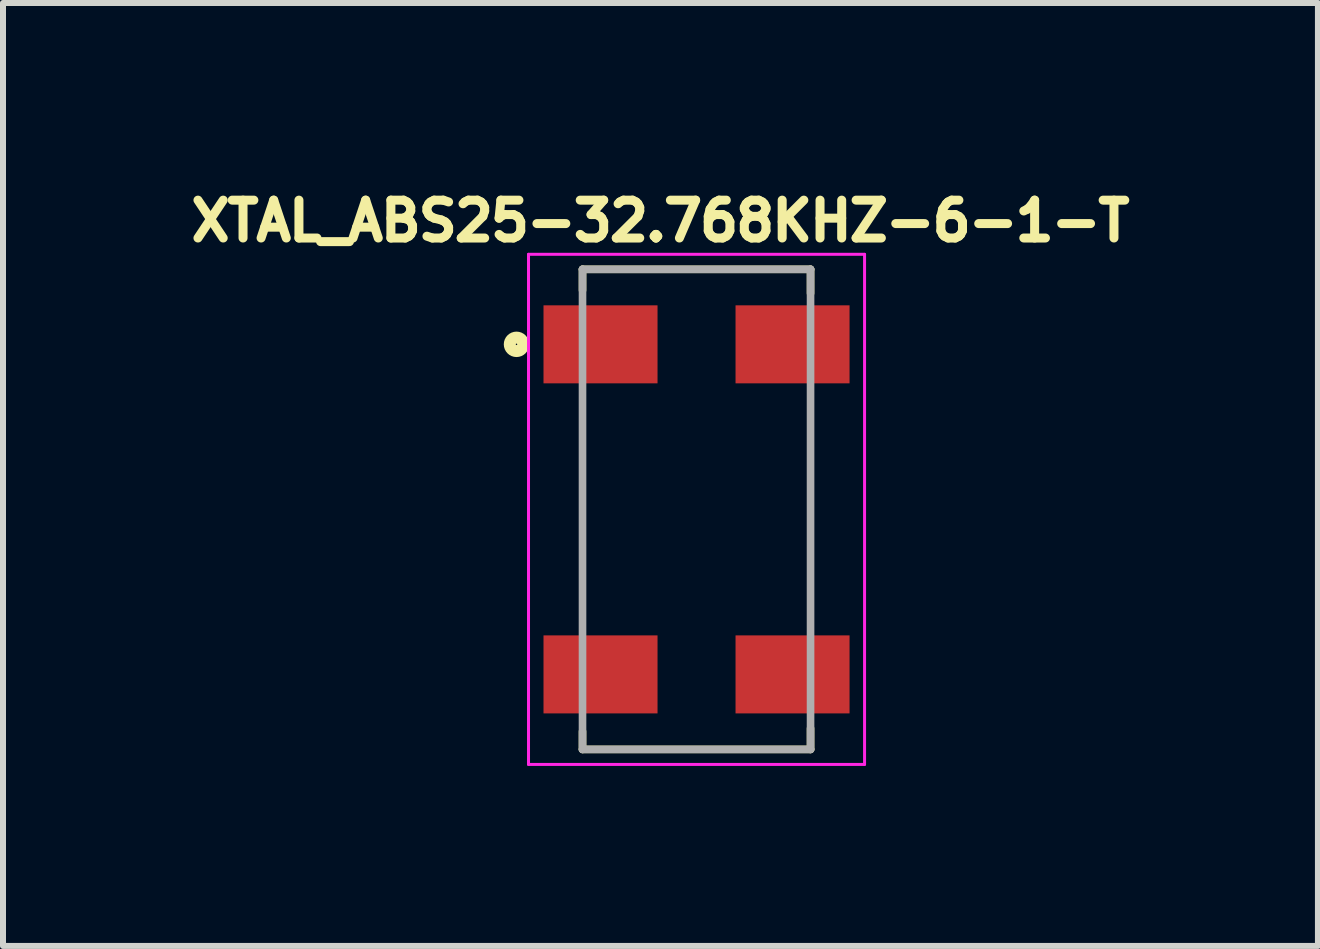
<source format=kicad_pcb>
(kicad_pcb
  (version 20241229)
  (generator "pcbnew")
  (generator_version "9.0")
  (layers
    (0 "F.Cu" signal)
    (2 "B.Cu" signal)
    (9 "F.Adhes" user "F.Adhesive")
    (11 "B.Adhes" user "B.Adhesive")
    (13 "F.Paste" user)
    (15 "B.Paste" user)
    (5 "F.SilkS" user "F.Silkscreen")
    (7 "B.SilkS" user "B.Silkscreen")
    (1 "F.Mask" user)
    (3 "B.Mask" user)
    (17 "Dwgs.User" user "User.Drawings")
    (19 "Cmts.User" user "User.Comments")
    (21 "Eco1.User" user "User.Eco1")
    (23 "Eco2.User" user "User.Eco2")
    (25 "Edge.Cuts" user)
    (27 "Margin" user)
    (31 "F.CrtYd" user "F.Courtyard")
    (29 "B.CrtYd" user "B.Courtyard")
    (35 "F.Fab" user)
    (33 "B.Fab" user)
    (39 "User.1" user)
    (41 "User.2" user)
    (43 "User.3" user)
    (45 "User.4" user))
  (footprint "XTAL_ABS25-32.768KHZ-6-1-T"
    (layer "F.Cu")
    (at 8.557 5.438)
    (property "Reference" "XTAL_ABS25-32.768KHZ-6-1-T" (at -0.601 -4.806 0) (layer "F.SilkS") (effects (font (size 0.631 0.631) (thickness 0.15))))
    (attr smd)
    (fp_line (start -1.9 -4) (end -1.9 -3.65) (stroke (width 0.127) (type solid)) (layer "F.SilkS"))
    (fp_line (start -1.9 4) (end -1.9 3.7) (stroke (width 0.127) (type solid)) (layer "F.SilkS"))
    (fp_line (start 1.9 -4) (end -1.9 -4) (stroke (width 0.127) (type solid)) (layer "F.SilkS"))
    (fp_line (start 1.9 -3.6) (end 1.9 -4) (stroke (width 0.127) (type solid)) (layer "F.SilkS"))
    (fp_line (start 1.9 3.65) (end 1.9 4) (stroke (width 0.127) (type solid)) (layer "F.SilkS"))
    (fp_line (start 1.9 4) (end -1.9 4) (stroke (width 0.127) (type solid)) (layer "F.SilkS"))
    (fp_circle (center -3 -2.75) (end -2.888 -2.75) (stroke (width 0.2) (type solid)) (fill no) (layer "F.SilkS"))
    (fp_line (start -2.8 -4.25) (end -2.8 4.25) (stroke (width 0.05) (type solid)) (layer "F.CrtYd"))
    (fp_line (start -2.8 4.25) (end 2.8 4.25) (stroke (width 0.05) (type solid)) (layer "F.CrtYd"))
    (fp_line (start 2.8 -4.25) (end -2.8 -4.25) (stroke (width 0.05) (type solid)) (layer "F.CrtYd"))
    (fp_line (start 2.8 4.25) (end 2.8 -4.25) (stroke (width 0.05) (type solid)) (layer "F.CrtYd"))
    (fp_line (start -1.9 -4) (end -1.9 4) (stroke (width 0.127) (type solid)) (layer "F.Fab"))
    (fp_line (start -1.9 4) (end 1.9 4) (stroke (width 0.127) (type solid)) (layer "F.Fab"))
    (fp_line (start 1.9 -4) (end -1.9 -4) (stroke (width 0.127) (type solid)) (layer "F.Fab"))
    (fp_line (start 1.9 4) (end 1.9 -4) (stroke (width 0.127) (type solid)) (layer "F.Fab"))
    (pad "1" smd rect (at -1.6 -2.75 270) (size 1.3 1.9) (layers "F.Cu" "F.Mask" "F.Paste"))
    (pad "2" smd rect (at -1.6 2.75 270) (size 1.3 1.9) (layers "F.Cu" "F.Mask" "F.Paste"))
    (pad "3" smd rect (at 1.6 2.75 90) (size 1.3 1.9) (layers "F.Cu" "F.Mask" "F.Paste"))
    (pad "4" smd rect (at 1.6 -2.75 90) (size 1.3 1.9) (layers "F.Cu" "F.Mask" "F.Paste")))
  (gr_rect
    (start -3 -3)
    (end 18.912 12.713)
    (stroke (width 0.1) (type default))
    (fill no)
    (layer "Edge.Cuts")))
</source>
